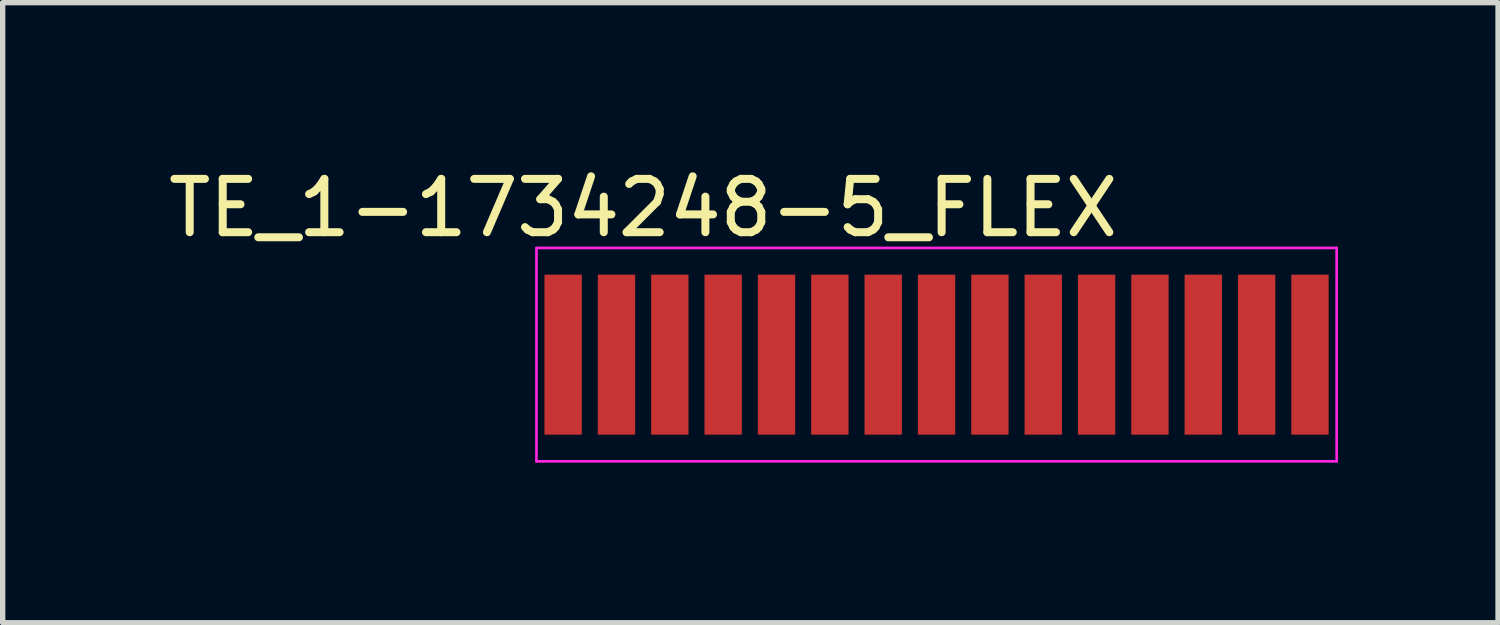
<source format=kicad_pcb>
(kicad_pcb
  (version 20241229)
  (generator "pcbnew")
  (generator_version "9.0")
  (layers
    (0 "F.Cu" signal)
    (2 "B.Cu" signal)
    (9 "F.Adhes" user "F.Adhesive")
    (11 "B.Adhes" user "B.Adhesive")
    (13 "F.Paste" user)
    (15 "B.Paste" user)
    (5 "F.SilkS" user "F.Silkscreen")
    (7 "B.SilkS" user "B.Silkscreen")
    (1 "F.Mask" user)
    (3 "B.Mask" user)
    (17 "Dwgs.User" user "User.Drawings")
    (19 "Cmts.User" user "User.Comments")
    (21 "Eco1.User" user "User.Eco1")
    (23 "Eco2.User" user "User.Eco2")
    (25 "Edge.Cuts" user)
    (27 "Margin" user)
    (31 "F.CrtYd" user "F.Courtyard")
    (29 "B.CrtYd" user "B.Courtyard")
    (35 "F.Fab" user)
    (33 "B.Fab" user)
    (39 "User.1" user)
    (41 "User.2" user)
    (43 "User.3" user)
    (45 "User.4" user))
  (footprint "TE_1-1734248-5_FLEX"
    (layer "F.Cu")
    (at 12.506 3.648)
    (property "Reference" "TE_1-1734248-5_FLEX" (at -3.5 -2.8 0) (layer "F.SilkS") (effects (font (size 1 1) (thickness 0.15))))
    (attr smd)
    (fp_line (start -5.5 -2.05) (end -5.5 1.95) (stroke (width 0.05) (type solid)) (layer "F.CrtYd"))
    (fp_line (start -5.5 -2.05) (end 9.5 -2.05) (stroke (width 0.05) (type solid)) (layer "F.CrtYd"))
    (fp_line (start -5.5 1.95) (end 9.5 1.95) (stroke (width 0.05) (type solid)) (layer "F.CrtYd"))
    (fp_line (start 9.5 -2.05) (end 9.5 1.95) (stroke (width 0.05) (type solid)) (layer "F.CrtYd"))
    (pad "1" smd rect (at -5 -0.05) (size 0.7 3) (layers "F.Cu" "F.Mask"))
    (pad "2" smd rect (at -4 -0.05) (size 0.7 3) (layers "F.Cu" "F.Mask" "F.Paste"))
    (pad "3" smd rect (at -3 -0.05) (size 0.7 3) (layers "F.Cu" "F.Mask" "F.Paste"))
    (pad "4" smd rect (at -2 -0.05) (size 0.7 3) (layers "F.Cu" "F.Mask" "F.Paste"))
    (pad "5" smd rect (at -1 -0.05) (size 0.7 3) (layers "F.Cu" "F.Mask" "F.Paste"))
    (pad "6" smd rect (at 0 -0.05) (size 0.7 3) (layers "F.Cu" "F.Mask" "F.Paste"))
    (pad "7" smd rect (at 1 -0.05) (size 0.7 3) (layers "F.Cu" "F.Mask" "F.Paste"))
    (pad "8" smd rect (at 2 -0.05) (size 0.7 3) (layers "F.Cu" "F.Mask" "F.Paste"))
    (pad "9" smd rect (at 3 -0.05) (size 0.7 3) (layers "F.Cu" "F.Mask" "F.Paste"))
    (pad "10" smd rect (at 4 -0.05) (size 0.7 3) (layers "F.Cu" "F.Mask" "F.Paste"))
    (pad "11" smd rect (at 5 -0.05) (size 0.7 3) (layers "F.Cu" "F.Mask" "F.Paste"))
    (pad "12" smd rect (at 6 -0.05) (size 0.7 3) (layers "F.Cu" "F.Mask" "F.Paste"))
    (pad "13" smd rect (at 7 -0.05) (size 0.7 3) (layers "F.Cu" "F.Mask" "F.Paste"))
    (pad "14" smd rect (at 8 -0.05) (size 0.7 3) (layers "F.Cu" "F.Mask" "F.Paste"))
    (pad "15" smd rect (at 9 -0.05) (size 0.7 3) (layers "F.Cu" "F.Mask" "F.Paste")))
  (gr_rect
    (start -3 -3)
    (end 25.031 8.623)
    (stroke (width 0.1) (type default))
    (fill no)
    (layer "Edge.Cuts")))
</source>
